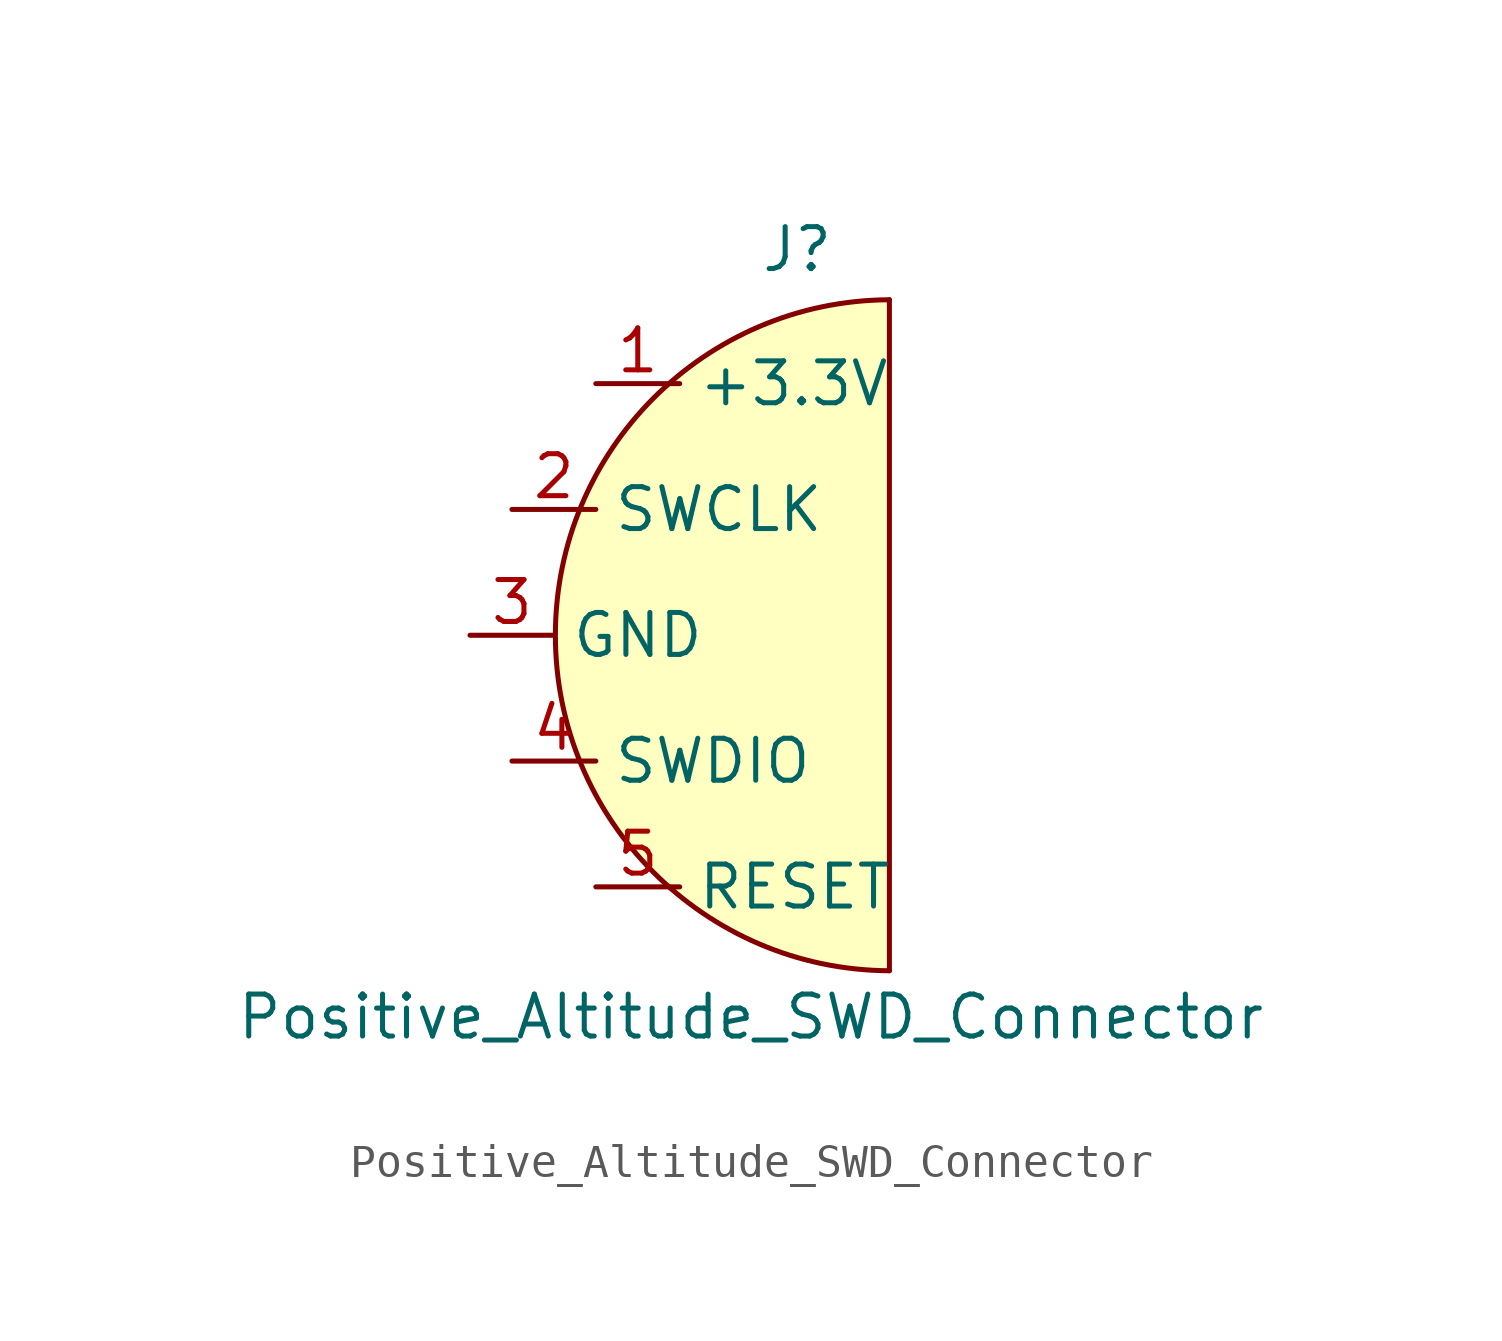
<source format=kicad_sym>
(kicad_symbol_lib
  (version 20220914)
  (generator kicad_symbol_editor)
  (symbol "Positive_Altitude_SWD_Connector"
    (property "Reference" "J"
      (at -2.794 11.684 0)
      (effects (font (size 1.27 1.27))))
    (property "Value" "Positive_Altitude_SWD_Connector"
      (at -4.191 -11.557 0)
      (effects (font (size 1.27 1.27))))
    (symbol "Positive_Altitude_SWD_Connector_1_1"
      (polyline (pts (xy 0 10.16) (xy 0 -10.16)) (stroke (width 0) (type default)) (fill (type none)))
      (arc (start 0 10.16) (mid -10.115 0) (end 0 -10.16) (stroke (width 0) (type default)) (fill (type background)))
      (pin power_out line (at -8.89 7.62 0) (length 2.54) (name "+3.3V" (effects (font (size 1.27 1.27)))) (number "1" (effects (font (size 1.27 1.27)))))
      (pin output line (at -11.43 3.81 0) (length 2.54) (name "SWCLK" (effects (font (size 1.27 1.27)))) (number "2" (effects (font (size 1.27 1.27)))))
      (pin power_in line (at -12.7 0 0) (length 2.54) (name "GND" (effects (font (size 1.27 1.27)))) (number "3" (effects (font (size 1.27 1.27)))))
      (pin bidirectional line (at -11.43 -3.81 0) (length 2.54) (name "SWDIO" (effects (font (size 1.27 1.27)))) (number "4" (effects (font (size 1.27 1.27)))))
      (pin output line (at -8.89 -7.62 0) (length 2.54) (name "RESET" (effects (font (size 1.27 1.27)))) (number "5" (effects (font (size 1.27 1.27))))))))
</source>
